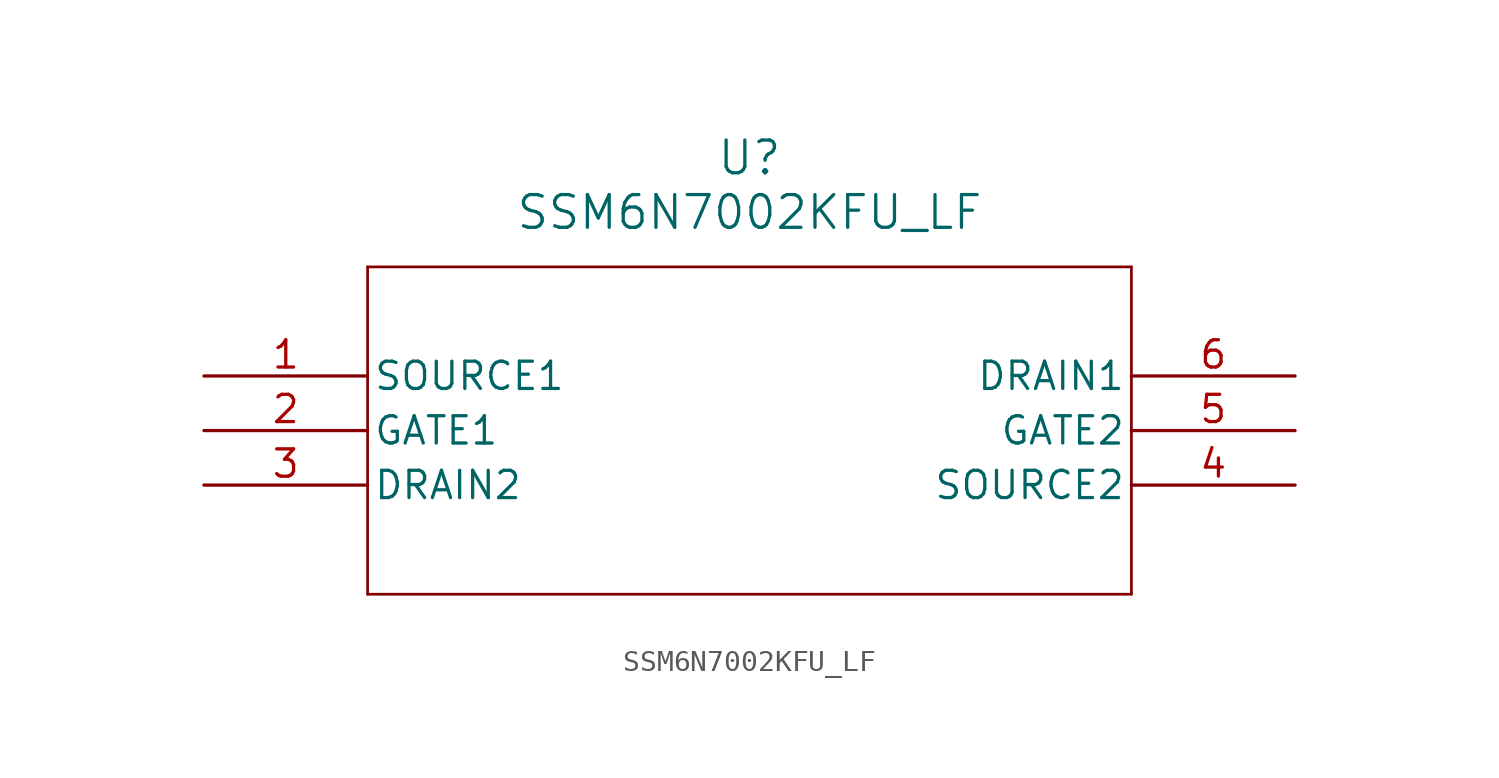
<source format=kicad_sym>
(kicad_symbol_lib
  (version 20241209)
  (generator "kicad_symbol_editor")
  (generator_version "9.0")
  (symbol "SSM6N7002KFU_LF"
    (pin_names
      (offset 0.254))
    (property "Reference" "U"
      (at 25.4 10.16 0)
      (effects (font (size 1.524 1.524))))
    (property "Value" "SSM6N7002KFU_LF"
      (at 25.4 7.62 0)
      (effects (font (size 1.524 1.524))))
    (symbol "SSM6N7002KFU_LF_0_1"
      (polyline (pts (xy 7.62 5.08) (xy 7.62 -10.16)) (stroke (width 0.127) (type default)) (fill (type none)))
      (polyline (pts (xy 7.62 -10.16) (xy 43.18 -10.16)) (stroke (width 0.127) (type default)) (fill (type none)))
      (polyline (pts (xy 43.18 5.08) (xy 7.62 5.08)) (stroke (width 0.127) (type default)) (fill (type none)))
      (polyline (pts (xy 43.18 -10.16) (xy 43.18 5.08)) (stroke (width 0.127) (type default)) (fill (type none)))
      (pin unspecified line (at 0 0 0) (length 7.62) (name "SOURCE1" (effects (font (size 1.27 1.27)))) (number "1" (effects (font (size 1.27 1.27)))))
      (pin unspecified line (at 0 -2.54 0) (length 7.62) (name "GATE1" (effects (font (size 1.27 1.27)))) (number "2" (effects (font (size 1.27 1.27)))))
      (pin unspecified line (at 0 -5.08 0) (length 7.62) (name "DRAIN2" (effects (font (size 1.27 1.27)))) (number "3" (effects (font (size 1.27 1.27)))))
      (pin unspecified line (at 50.8 0 180) (length 7.62) (name "DRAIN1" (effects (font (size 1.27 1.27)))) (number "6" (effects (font (size 1.27 1.27)))))
      (pin unspecified line (at 50.8 -2.54 180) (length 7.62) (name "GATE2" (effects (font (size 1.27 1.27)))) (number "5" (effects (font (size 1.27 1.27)))))
      (pin unspecified line (at 50.8 -5.08 180) (length 7.62) (name "SOURCE2" (effects (font (size 1.27 1.27)))) (number "4" (effects (font (size 1.27 1.27))))))))
</source>
